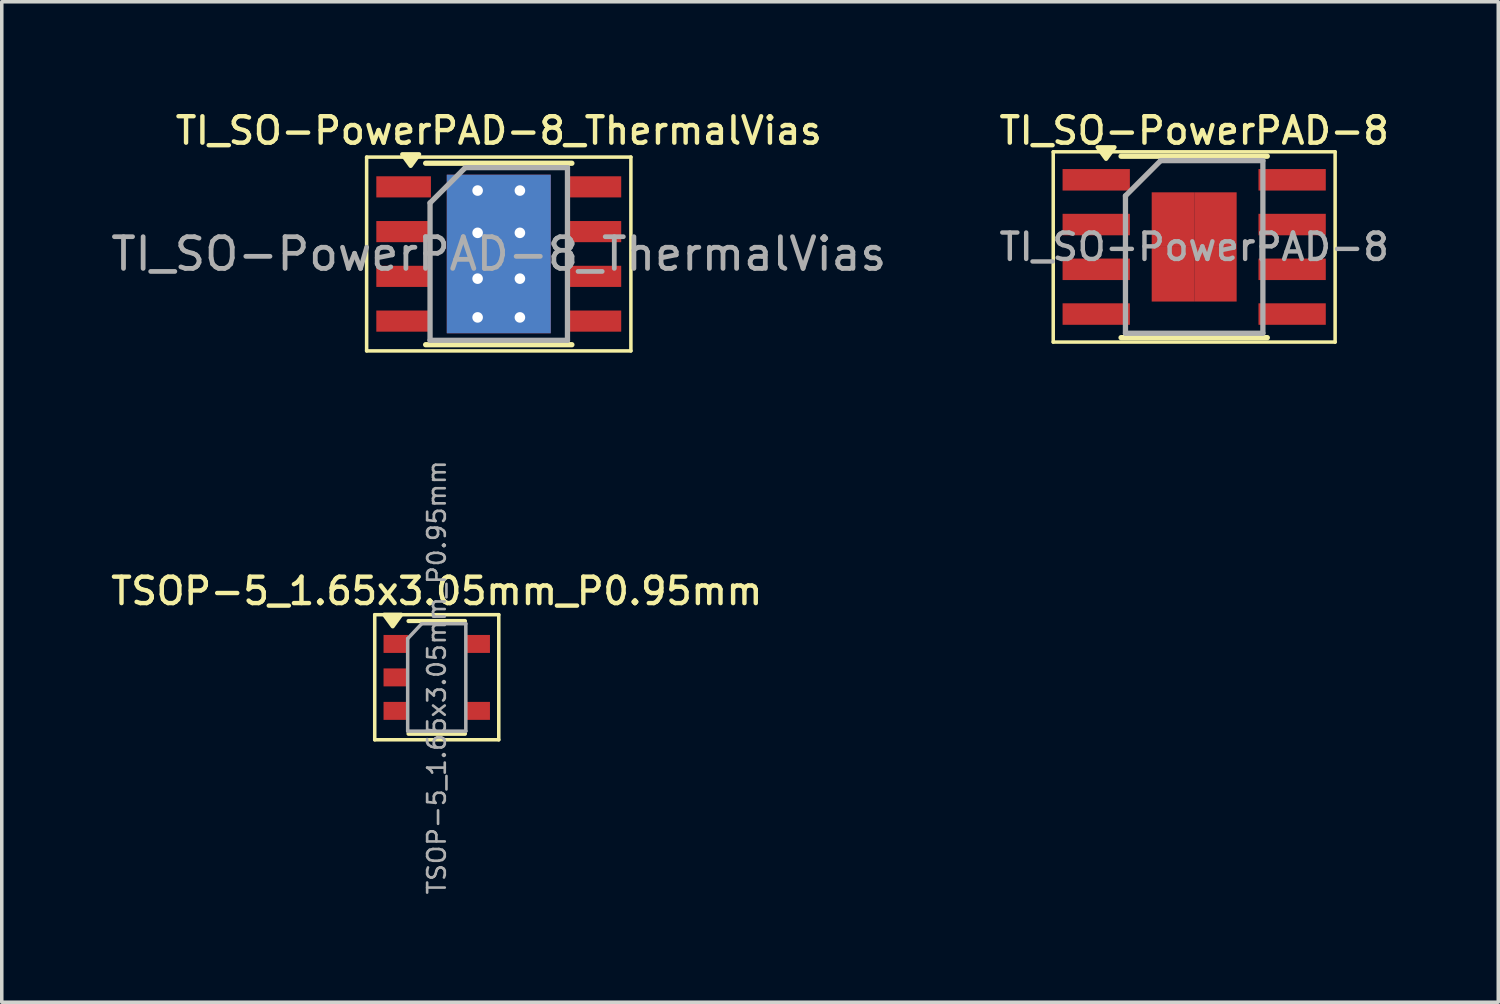
<source format=kicad_pcb>
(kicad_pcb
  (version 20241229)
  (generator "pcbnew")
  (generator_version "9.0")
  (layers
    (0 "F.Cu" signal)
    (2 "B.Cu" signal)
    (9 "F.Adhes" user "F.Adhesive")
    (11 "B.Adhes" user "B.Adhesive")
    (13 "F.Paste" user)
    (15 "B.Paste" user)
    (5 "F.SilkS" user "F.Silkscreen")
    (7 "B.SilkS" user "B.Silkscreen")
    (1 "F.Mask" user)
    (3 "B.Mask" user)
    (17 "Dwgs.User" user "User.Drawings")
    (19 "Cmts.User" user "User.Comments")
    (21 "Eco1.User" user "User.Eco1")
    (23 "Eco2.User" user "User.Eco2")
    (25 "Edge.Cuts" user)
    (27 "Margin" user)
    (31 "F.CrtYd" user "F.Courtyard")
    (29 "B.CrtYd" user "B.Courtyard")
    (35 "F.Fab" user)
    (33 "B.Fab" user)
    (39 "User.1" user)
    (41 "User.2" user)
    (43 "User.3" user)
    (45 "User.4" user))
  (footprint "TI_SO-PowerPAD-8_ThermalVias"
    (layer "F.Cu")
    (at 11.105 4.158)
    (property "Reference" "TI_SO-PowerPAD-8_ThermalVias" (at 0 -3.5 0) (layer "F.SilkS") (effects (font (size 0.75 0.75) (thickness 0.125))))
    (attr smd)
    (fp_line (start -3.75 -2.75) (end -3.75 2.75) (stroke (width 0.1) (type solid)) (layer "F.SilkS"))
    (fp_line (start -3.75 -2.75) (end 3.75 -2.75) (stroke (width 0.1) (type solid)) (layer "F.SilkS"))
    (fp_line (start -3.75 2.75) (end 3.75 2.75) (stroke (width 0.1) (type solid)) (layer "F.SilkS"))
    (fp_line (start -2.075 -2.575) (end 2.075 -2.575) (stroke (width 0.15) (type solid)) (layer "F.SilkS"))
    (fp_line (start -2.075 2.575) (end 2.075 2.575) (stroke (width 0.15) (type solid)) (layer "F.SilkS"))
    (fp_line (start 3.75 -2.75) (end 3.75 2.75) (stroke (width 0.1) (type solid)) (layer "F.SilkS"))
    (fp_poly (pts (xy -2.5 -2.5) (xy -2.74 -2.83) (xy -2.26 -2.83) (xy -2.5 -2.5)) (stroke (width 0.12) (type solid)) (fill yes) (layer "F.SilkS"))
    (fp_line (start -1.95 -1.45) (end -0.95 -2.45) (stroke (width 0.15) (type solid)) (layer "F.Fab"))
    (fp_line (start -1.95 2.45) (end -1.95 -1.45) (stroke (width 0.15) (type solid)) (layer "F.Fab"))
    (fp_line (start -0.95 -2.45) (end 1.95 -2.45) (stroke (width 0.15) (type solid)) (layer "F.Fab"))
    (fp_line (start 1.95 -2.45) (end 1.95 2.45) (stroke (width 0.15) (type solid)) (layer "F.Fab"))
    (fp_line (start 1.95 2.45) (end -1.95 2.45) (stroke (width 0.15) (type solid)) (layer "F.Fab"))
    (fp_text user "${REFERENCE}" (at 0 0 0) (layer "F.Fab") (effects (font (size 0.9 0.9) (thickness 0.135))))
    (pad "1" smd rect (at -2.7 -1.905) (size 1.55 0.6) (layers "F.Cu" "F.Mask" "F.Paste"))
    (pad "2" smd rect (at -2.7 -0.635) (size 1.55 0.6) (layers "F.Cu" "F.Mask" "F.Paste"))
    (pad "3" smd rect (at -2.7 0.635) (size 1.55 0.6) (layers "F.Cu" "F.Mask" "F.Paste"))
    (pad "4" smd rect (at -2.7 1.905) (size 1.55 0.6) (layers "F.Cu" "F.Mask" "F.Paste"))
    (pad "5" smd rect (at 2.7 1.905) (size 1.55 0.6) (layers "F.Cu" "F.Mask" "F.Paste"))
    (pad "6" smd rect (at 2.7 0.635) (size 1.55 0.6) (layers "F.Cu" "F.Mask" "F.Paste"))
    (pad "7" smd rect (at 2.7 -0.635) (size 1.55 0.6) (layers "F.Cu" "F.Mask" "F.Paste"))
    (pad "8" smd rect (at 2.7 -1.905) (size 1.55 0.6) (layers "F.Cu" "F.Mask" "F.Paste"))
    (pad "9" thru_hole circle (at -0.6 -1.8) (size 0.6 0.6) (drill 0.3) (layers "*.Cu"))
    (pad "9" thru_hole circle (at -0.6 -0.6) (size 0.6 0.6) (drill 0.3) (layers "*.Cu"))
    (pad "9" thru_hole circle (at -0.6 0.7) (size 0.6 0.6) (drill 0.3) (layers "*.Cu"))
    (pad "9" thru_hole circle (at -0.6 1.8) (size 0.6 0.6) (drill 0.3) (layers "*.Cu"))
    (pad "9" smd rect (at 0 0) (size 2.6 3.1) (layers "F.Cu" "F.Mask" "F.Paste"))
    (pad "9" smd rect (at 0 0) (size 2.95 4.5) (layers "F.Cu"))
    (pad "9" smd rect (at 0 0) (size 2.95 4.5) (layers "B.Cu"))
    (pad "9" thru_hole circle (at 0.6 -1.8) (size 0.6 0.6) (drill 0.3) (layers "*.Cu"))
    (pad "9" thru_hole circle (at 0.6 -0.6) (size 0.6 0.6) (drill 0.3) (layers "*.Cu"))
    (pad "9" thru_hole circle (at 0.6 0.7) (size 0.6 0.6) (drill 0.3) (layers "*.Cu"))
    (pad "9" thru_hole circle (at 0.6 1.8) (size 0.6 0.6) (drill 0.3) (layers "*.Cu")))
  (footprint "TSOP-5_1.65x3.05mm_P0.95mm"
    (layer "F.Cu")
    (at 9.345 16.175)
    (property "Reference" "TSOP-5_1.65x3.05mm_P0.95mm" (at 0 -2.45 0) (layer "F.SilkS") (effects (font (size 0.75 0.75) (thickness 0.125))))
    (attr smd)
    (fp_line (start -1.76 -1.78) (end -1.76 1.77) (stroke (width 0.1) (type solid)) (layer "F.SilkS"))
    (fp_line (start -1.76 -1.78) (end 1.76 -1.78) (stroke (width 0.1) (type solid)) (layer "F.SilkS"))
    (fp_line (start -0.8 -1.6) (end 0.8 -1.6) (stroke (width 0.12) (type solid)) (layer "F.SilkS"))
    (fp_line (start -0.8 1.6) (end 0.8 1.6) (stroke (width 0.12) (type solid)) (layer "F.SilkS"))
    (fp_line (start 1.76 1.77) (end -1.76 1.77) (stroke (width 0.1) (type solid)) (layer "F.SilkS"))
    (fp_line (start 1.76 1.77) (end 1.76 -1.78) (stroke (width 0.1) (type solid)) (layer "F.SilkS"))
    (fp_poly (pts (xy -1.25 -1.45) (xy -1.49 -1.78) (xy -1.01 -1.78) (xy -1.25 -1.45)) (stroke (width 0.12) (type solid)) (fill yes) (layer "F.SilkS"))
    (fp_line (start -0.825 -1.1) (end -0.825 1.525) (stroke (width 0.1) (type solid)) (layer "F.Fab"))
    (fp_line (start -0.825 -1.1) (end -0.425 -1.525) (stroke (width 0.1) (type solid)) (layer "F.Fab"))
    (fp_line (start 0.825 -1.525) (end -0.425 -1.525) (stroke (width 0.1) (type solid)) (layer "F.Fab"))
    (fp_line (start 0.825 -1.525) (end 0.825 1.525) (stroke (width 0.1) (type solid)) (layer "F.Fab"))
    (fp_line (start 0.825 1.525) (end -0.825 1.525) (stroke (width 0.1) (type solid)) (layer "F.Fab"))
    (fp_text user "${REFERENCE}" (at 0 0 90) (layer "F.Fab") (effects (font (size 0.5 0.5) (thickness 0.075))))
    (pad "1" smd rect (at -1.16 -0.95) (size 0.7 0.51) (layers "F.Cu" "F.Mask" "F.Paste"))
    (pad "2" smd rect (at -1.16 0) (size 0.7 0.51) (layers "F.Cu" "F.Mask" "F.Paste"))
    (pad "3" smd rect (at -1.16 0.95) (size 0.7 0.51) (layers "F.Cu" "F.Mask" "F.Paste"))
    (pad "4" smd rect (at 1.16 0.95) (size 0.7 0.51) (layers "F.Cu" "F.Mask" "F.Paste"))
    (pad "5" smd rect (at 1.16 -0.95) (size 0.7 0.51) (layers "F.Cu" "F.Mask" "F.Paste")))
  (footprint "TI_SO-PowerPAD-8"
    (layer "F.Cu")
    (at 30.841 3.958)
    (property "Reference" "TI_SO-PowerPAD-8" (at 0 -3.3 0) (layer "F.SilkS") (effects (font (size 0.75 0.75) (thickness 0.125))))
    (attr smd)
    (fp_line (start -4 -2.7) (end -4 2.7) (stroke (width 0.1) (type solid)) (layer "F.SilkS"))
    (fp_line (start -4 -2.7) (end 4 -2.7) (stroke (width 0.1) (type solid)) (layer "F.SilkS"))
    (fp_line (start -4 2.7) (end 4 2.7) (stroke (width 0.1) (type solid)) (layer "F.SilkS"))
    (fp_line (start -2.075 -2.575) (end 2.075 -2.575) (stroke (width 0.15) (type solid)) (layer "F.SilkS"))
    (fp_line (start -2.075 2.575) (end 2.075 2.575) (stroke (width 0.15) (type solid)) (layer "F.SilkS"))
    (fp_line (start 4 -2.7) (end 4 2.7) (stroke (width 0.1) (type solid)) (layer "F.SilkS"))
    (fp_poly (pts (xy -2.5 -2.5) (xy -2.74 -2.83) (xy -2.26 -2.83) (xy -2.5 -2.5)) (stroke (width 0.12) (type solid)) (fill yes) (layer "F.SilkS"))
    (fp_line (start -1.95 -1.45) (end -0.95 -2.45) (stroke (width 0.15) (type solid)) (layer "F.Fab"))
    (fp_line (start -1.95 2.45) (end -1.95 -1.45) (stroke (width 0.15) (type solid)) (layer "F.Fab"))
    (fp_line (start -0.95 -2.45) (end 1.95 -2.45) (stroke (width 0.15) (type solid)) (layer "F.Fab"))
    (fp_line (start 1.95 -2.45) (end 1.95 2.45) (stroke (width 0.15) (type solid)) (layer "F.Fab"))
    (fp_line (start 1.95 2.45) (end -1.95 2.45) (stroke (width 0.15) (type solid)) (layer "F.Fab"))
    (fp_text user "${REFERENCE}" (at 0 0 0) (layer "F.Fab") (effects (font (size 0.75 0.75) (thickness 0.125))))
    (pad "1" smd rect (at -2.78 -1.905) (size 1.91 0.61) (layers "F.Cu" "F.Mask" "F.Paste"))
    (pad "2" smd rect (at -2.78 -0.635) (size 1.91 0.61) (layers "F.Cu" "F.Mask" "F.Paste"))
    (pad "3" smd rect (at -2.78 0.635) (size 1.91 0.61) (layers "F.Cu" "F.Mask" "F.Paste"))
    (pad "4" smd rect (at -2.78 1.905) (size 1.91 0.61) (layers "F.Cu" "F.Mask" "F.Paste"))
    (pad "5" smd rect (at 2.78 1.905) (size 1.91 0.61) (layers "F.Cu" "F.Mask" "F.Paste"))
    (pad "6" smd rect (at 2.78 0.635) (size 1.91 0.61) (layers "F.Cu" "F.Mask" "F.Paste"))
    (pad "7" smd rect (at 2.78 -0.635) (size 1.91 0.61) (layers "F.Cu" "F.Mask" "F.Paste"))
    (pad "8" smd rect (at 2.78 -1.905) (size 1.91 0.61) (layers "F.Cu" "F.Mask" "F.Paste"))
    (pad "9" smd rect (at -0.603 -0.775) (size 1.205 1.55) (layers "F.Cu" "F.Mask" "F.Paste"))
    (pad "9" smd rect (at -0.603 0.775) (size 1.205 1.55) (layers "F.Cu" "F.Mask" "F.Paste"))
    (pad "9" smd rect (at 0.603 -0.775) (size 1.205 1.55) (layers "F.Cu" "F.Mask" "F.Paste"))
    (pad "9" smd rect (at 0.603 0.775) (size 1.205 1.55) (layers "F.Cu" "F.Mask" "F.Paste")))
  (gr_rect
    (start -3 -3)
    (end 39.471 25.393)
    (stroke (width 0.1) (type default))
    (fill no)
    (layer "Edge.Cuts")))
</source>
